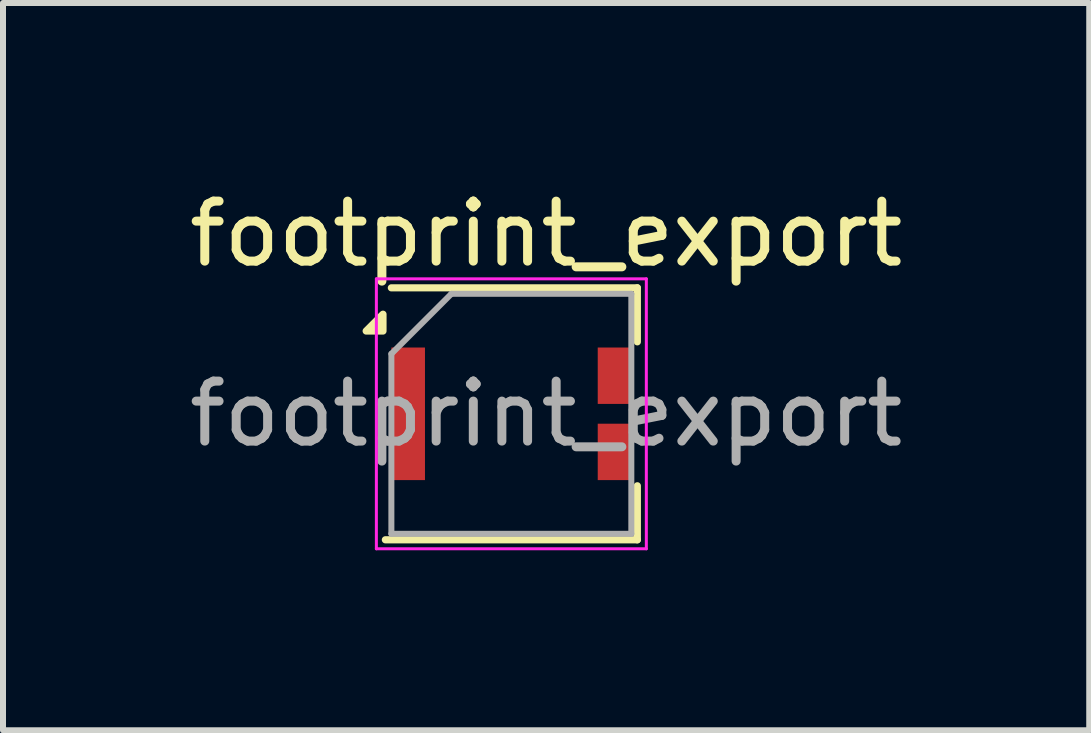
<source format=kicad_pcb>
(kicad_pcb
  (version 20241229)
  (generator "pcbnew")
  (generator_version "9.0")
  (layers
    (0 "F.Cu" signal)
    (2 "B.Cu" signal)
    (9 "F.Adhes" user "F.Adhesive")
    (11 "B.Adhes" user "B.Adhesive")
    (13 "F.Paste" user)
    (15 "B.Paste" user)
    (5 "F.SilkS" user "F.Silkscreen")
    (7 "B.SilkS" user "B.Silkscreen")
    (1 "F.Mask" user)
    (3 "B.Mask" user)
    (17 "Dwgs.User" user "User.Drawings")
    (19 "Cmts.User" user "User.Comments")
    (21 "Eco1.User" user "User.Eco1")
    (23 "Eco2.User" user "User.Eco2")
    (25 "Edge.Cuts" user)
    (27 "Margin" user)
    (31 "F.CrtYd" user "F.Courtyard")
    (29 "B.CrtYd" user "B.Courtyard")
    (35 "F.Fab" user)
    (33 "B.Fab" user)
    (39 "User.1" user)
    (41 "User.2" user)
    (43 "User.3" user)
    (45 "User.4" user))
  (footprint "footprint_export"
    (layer "F.Cu")
    (at 5.474 3.848)
    (property "Reference" "footprint_export" (at 0.58 -3 0) (layer "F.SilkS") (effects (font (size 1 1) (thickness 0.15))))
    (attr smd)
    (fp_line (start 2.1 -2.1) (end -2 -2.1) (stroke (width 0.12) (type solid)) (layer "F.SilkS"))
    (fp_line (start 2.1 -2.1) (end 2.1 -1.2) (stroke (width 0.12) (type solid)) (layer "F.SilkS"))
    (fp_line (start 2.1 2.1) (end -2.1 2.1) (stroke (width 0.12) (type solid)) (layer "F.SilkS"))
    (fp_line (start 2.1 2.1) (end 2.1 1.2) (stroke (width 0.12) (type solid)) (layer "F.SilkS"))
    (fp_poly (pts (xy -2.14 -1.38) (xy -2.42 -1.38) (xy -2.14 -1.66) (xy -2.14 -1.38)) (stroke (width 0.12) (type solid)) (fill yes) (layer "F.SilkS"))
    (fp_line (start -2.25 -2.25) (end 2.25 -2.25) (stroke (width 0.05) (type solid)) (layer "F.CrtYd"))
    (fp_line (start -2.25 2.25) (end -2.25 -2.25) (stroke (width 0.05) (type solid)) (layer "F.CrtYd"))
    (fp_line (start 2.25 -2.25) (end 2.25 2.25) (stroke (width 0.05) (type solid)) (layer "F.CrtYd"))
    (fp_line (start 2.25 2.25) (end -2.25 2.25) (stroke (width 0.05) (type solid)) (layer "F.CrtYd"))
    (fp_line (start -2 2) (end -2 -1) (stroke (width 0.1) (type solid)) (layer "F.Fab"))
    (fp_line (start -1 -2) (end -2 -1) (stroke (width 0.1) (type solid)) (layer "F.Fab"))
    (fp_line (start 2 -2) (end -1 -2) (stroke (width 0.1) (type solid)) (layer "F.Fab"))
    (fp_line (start 2 -2) (end 2 2) (stroke (width 0.1) (type solid)) (layer "F.Fab"))
    (fp_line (start 2 2) (end -2 2) (stroke (width 0.1) (type solid)) (layer "F.Fab"))
    (fp_text user "${REFERENCE}" (at 0.58 0 0) (layer "F.Fab") (effects (font (size 1 1) (thickness 0.15))))
    (pad "1" smd rect (at -1.72 0) (size 0.56 2.21) (layers "F.Cu" "F.Mask" "F.Paste"))
    (pad "2" smd rect (at 1.72 -0.635) (size 0.56 0.94) (layers "F.Cu" "F.Mask" "F.Paste"))
    (pad "3" smd rect (at 1.72 0.635) (size 0.56 0.94) (layers "F.Cu" "F.Mask" "F.Paste")))
  (gr_rect
    (start -3 -3)
    (end 15.107 9.123)
    (stroke (width 0.1) (type default))
    (fill no)
    (layer "Edge.Cuts")))
</source>
